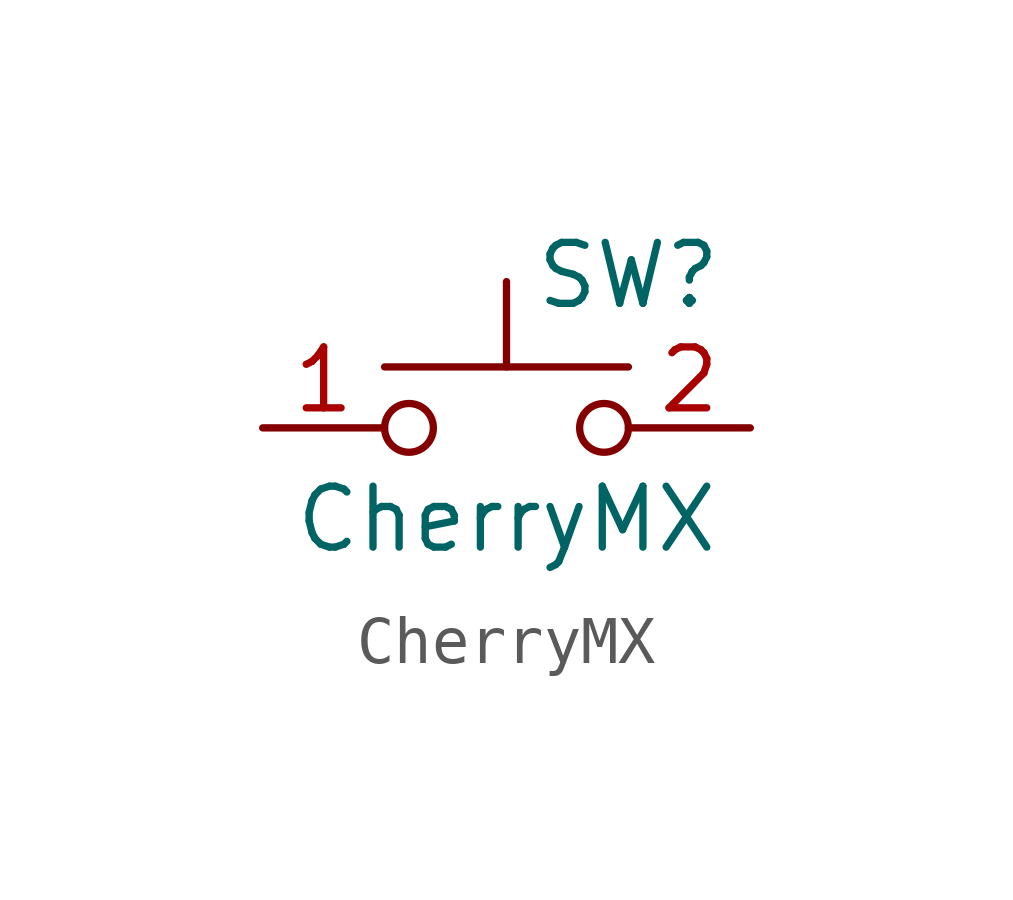
<source format=kicad_sym>
(kicad_symbol_lib
  (version 20211014)
  (generator kicad_symbol_editor)
  (symbol "CherryMX"
    (pin_names
      (offset 0.254))
    (property "Reference" "SW"
      (at 2.54 3.175 0)
      (effects (font (size 1.27 1.27))))
    (property "Value" "CherryMX"
      (at 0 -1.905 0)
      (effects (font (size 1.27 1.27))))
    (symbol "CherryMX_1_1"
      (circle (center -2.032 0) (radius 0.508) (stroke (width 0) (type default) (color 0 0 0 0)) (fill (type none)))
      (polyline (pts (xy 0 1.27) (xy 0 3.048)) (stroke (width 0) (type default) (color 0 0 0 0)) (fill (type none)))
      (polyline (pts (xy 2.54 1.27) (xy -2.54 1.27)) (stroke (width 0) (type default) (color 0 0 0 0)) (fill (type none)))
      (circle (center 2.032 0) (radius 0.508) (stroke (width 0) (type default) (color 0 0 0 0)) (fill (type none)))
      (pin passive line (at -5.08 0 0) (length 2.54) (name "~" (effects (font (size 1.27 1.27)))) (number "1" (effects (font (size 1.27 1.27)))))
      (pin passive line (at 5.08 0 180) (length 2.54) (name "~" (effects (font (size 1.27 1.27)))) (number "2" (effects (font (size 1.27 1.27))))))))
</source>
